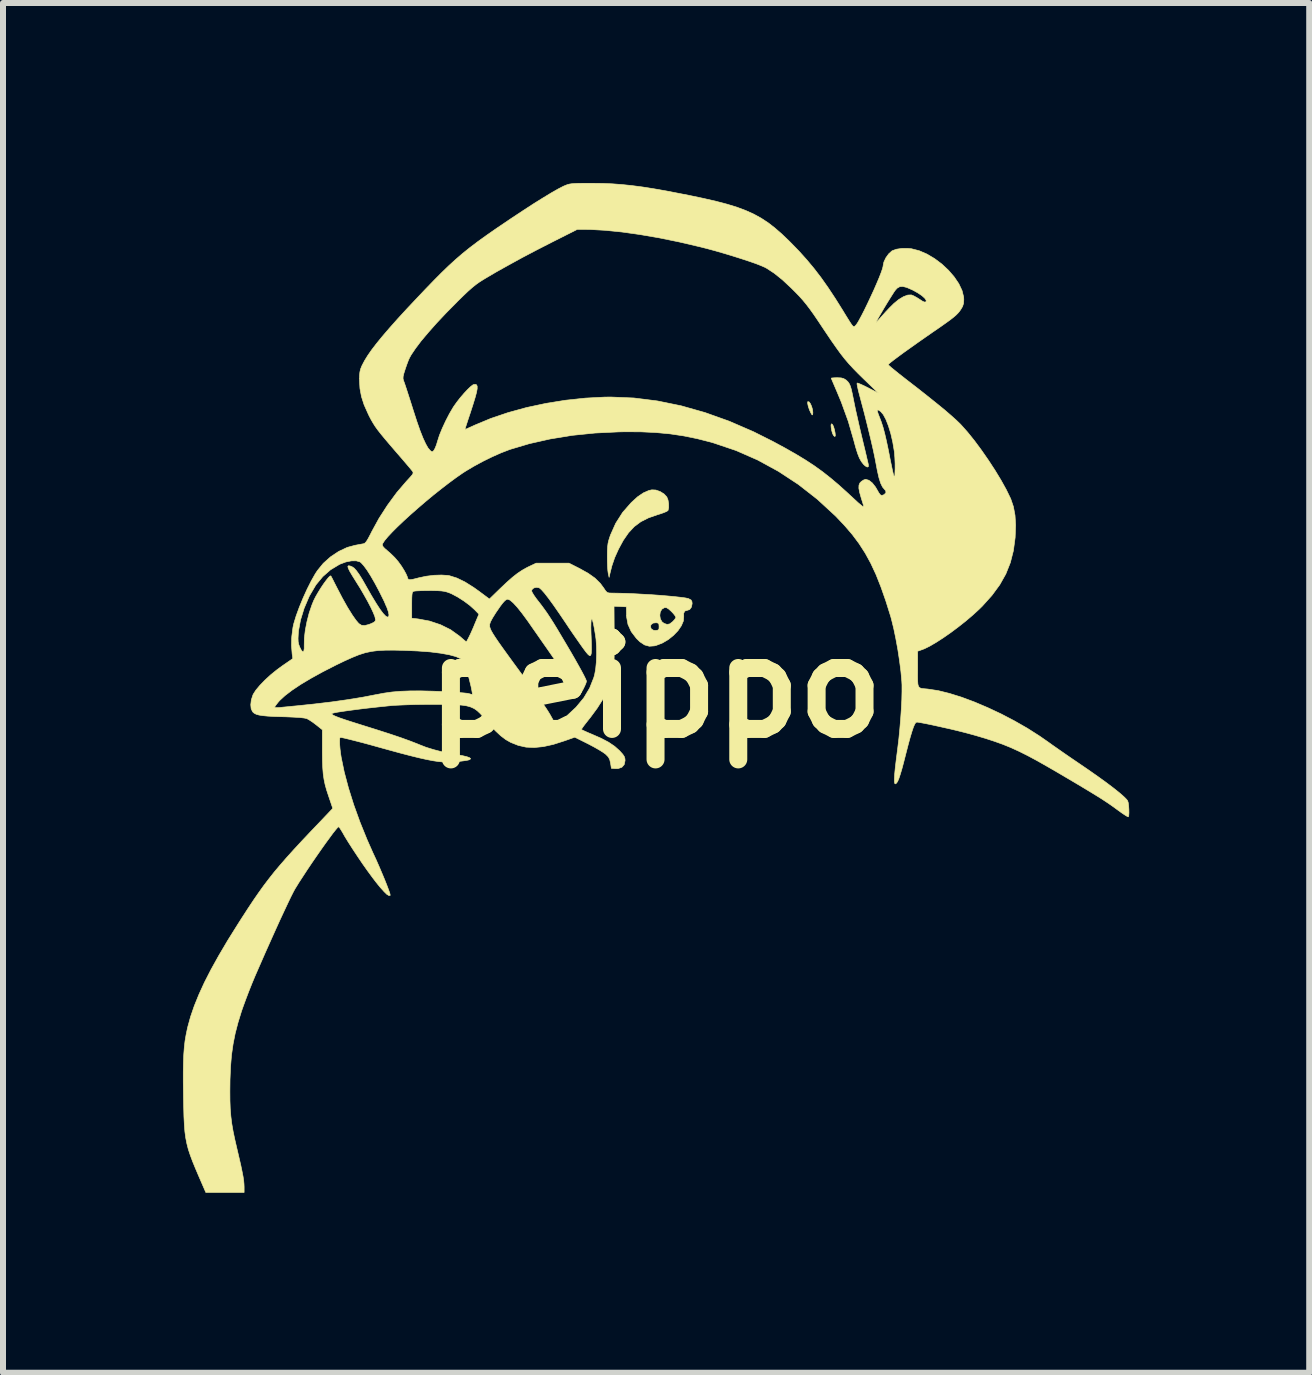
<source format=kicad_pcb>
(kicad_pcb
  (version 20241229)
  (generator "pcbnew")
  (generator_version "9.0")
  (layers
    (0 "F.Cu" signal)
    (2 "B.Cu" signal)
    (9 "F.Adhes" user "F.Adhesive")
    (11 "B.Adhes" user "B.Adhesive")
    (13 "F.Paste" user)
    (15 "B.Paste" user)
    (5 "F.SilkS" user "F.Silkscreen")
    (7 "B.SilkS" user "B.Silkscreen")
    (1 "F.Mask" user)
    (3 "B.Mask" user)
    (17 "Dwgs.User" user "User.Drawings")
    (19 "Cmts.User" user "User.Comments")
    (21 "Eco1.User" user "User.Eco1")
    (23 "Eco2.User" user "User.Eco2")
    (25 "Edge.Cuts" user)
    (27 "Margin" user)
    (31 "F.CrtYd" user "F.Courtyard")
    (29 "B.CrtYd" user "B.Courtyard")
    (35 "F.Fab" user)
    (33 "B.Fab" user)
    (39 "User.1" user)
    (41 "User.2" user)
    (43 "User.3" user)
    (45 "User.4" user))
  (footprint "peippo"
    (layer "F.Cu")
    (at 7.877 8.411)
    (property "Reference" "peippo" (at 0 0 0) (layer "F.SilkS") (effects (font (size 1.524 1.524) (thickness 0.3))))
    (attr through_hole)
    (fp_poly (pts (xy 2.947 -4.389) (xy 2.965 -4.356) (xy 2.981 -4.304) (xy 2.993 -4.246) (xy 2.997 -4.2) (xy 2.99 -4.184) (xy 2.972 -4.197) (xy 2.965 -4.206) (xy 2.95 -4.236) (xy 2.937 -4.282) (xy 2.928 -4.332) (xy 2.925 -4.374) (xy 2.931 -4.395) (xy 2.932 -4.396) (xy 2.947 -4.389)) (stroke (width 0.01) (type solid)) (fill yes) (layer "F.SilkS"))
    (fp_poly (pts (xy 2.559 -4.762) (xy 2.581 -4.733) (xy 2.601 -4.688) (xy 2.616 -4.637) (xy 2.622 -4.588) (xy 2.621 -4.568) (xy 2.616 -4.545) (xy 2.608 -4.547) (xy 2.59 -4.577) (xy 2.588 -4.58) (xy 2.564 -4.633) (xy 2.546 -4.687) (xy 2.536 -4.734) (xy 2.536 -4.763) (xy 2.539 -4.766) (xy 2.559 -4.762)) (stroke (width 0.01) (type solid)) (fill yes) (layer "F.SilkS"))
    (fp_poly (pts (xy 0.005 -3.293) (xy 0.078 -3.267) (xy 0.143 -3.226) (xy 0.188 -3.177) (xy 0.208 -3.127) (xy 0.218 -3.064) (xy 0.219 -3.002) (xy 0.209 -2.955) (xy 0.206 -2.95) (xy 0.184 -2.936) (xy 0.138 -2.916) (xy 0.074 -2.894) (xy 0.031 -2.881) (xy -0.118 -2.829) (xy -0.245 -2.765) (xy -0.354 -2.684) (xy -0.45 -2.581) (xy -0.538 -2.454) (xy -0.617 -2.308) (xy -0.681 -2.166) (xy -0.728 -2.028) (xy -0.759 -1.905) (xy -0.774 -1.837) (xy -0.789 -1.905) (xy -0.795 -1.949) (xy -0.8 -2.017) (xy -0.803 -2.1) (xy -0.804 -2.184) (xy -0.803 -2.278) (xy -0.799 -2.347) (xy -0.792 -2.404) (xy -0.779 -2.458) (xy -0.759 -2.52) (xy -0.751 -2.543) (xy -0.664 -2.738) (xy -0.548 -2.92) (xy -0.405 -3.083) (xy -0.3 -3.179) (xy -0.203 -3.245) (xy -0.112 -3.285) (xy -0.062 -3.296) (xy 0.005 -3.293)) (stroke (width 0.01) (type solid)) (fill yes) (layer "F.SilkS"))
    (fp_poly (pts (xy 3.094 -5.162) (xy 3.137 -5.15) (xy 3.175 -5.127) (xy 3.181 -5.122) (xy 3.207 -5.097) (xy 3.228 -5.067) (xy 3.246 -5.028) (xy 3.263 -4.973) (xy 3.28 -4.897) (xy 3.301 -4.794) (xy 3.303 -4.784) (xy 3.317 -4.714) (xy 3.337 -4.618) (xy 3.363 -4.504) (xy 3.391 -4.379) (xy 3.421 -4.25) (xy 3.439 -4.174) (xy 3.467 -4.057) (xy 3.493 -3.95) (xy 3.515 -3.857) (xy 3.532 -3.783) (xy 3.544 -3.733) (xy 3.548 -3.713) (xy 3.547 -3.682) (xy 3.528 -3.676) (xy 3.495 -3.695) (xy 3.467 -3.721) (xy 3.431 -3.767) (xy 3.398 -3.826) (xy 3.367 -3.905) (xy 3.335 -4.008) (xy 3.304 -4.123) (xy 3.213 -4.437) (xy 3.097 -4.757) (xy 3.023 -4.935) (xy 2.989 -5.014) (xy 2.961 -5.08) (xy 2.94 -5.129) (xy 2.93 -5.155) (xy 2.929 -5.158) (xy 2.945 -5.161) (xy 2.985 -5.164) (xy 3.03 -5.165) (xy 3.094 -5.162)) (stroke (width 0.01) (type solid)) (fill yes) (layer "F.SilkS"))
    (fp_poly (pts (xy -1.041 -8.406) (xy -0.879 -8.404) (xy -0.721 -8.397) (xy -0.562 -8.385) (xy -0.397 -8.368) (xy -0.221 -8.345) (xy -0.03 -8.315) (xy 0.181 -8.278) (xy 0.418 -8.232) (xy 0.552 -8.206) (xy 0.795 -8.155) (xy 1.008 -8.106) (xy 1.195 -8.057) (xy 1.36 -8.006) (xy 1.506 -7.951) (xy 1.639 -7.891) (xy 1.761 -7.824) (xy 1.877 -7.748) (xy 1.989 -7.661) (xy 2.104 -7.561) (xy 2.223 -7.447) (xy 2.252 -7.418) (xy 2.392 -7.274) (xy 2.519 -7.133) (xy 2.64 -6.988) (xy 2.757 -6.836) (xy 2.875 -6.669) (xy 2.998 -6.483) (xy 3.13 -6.272) (xy 3.146 -6.245) (xy 3.201 -6.156) (xy 3.241 -6.092) (xy 3.269 -6.05) (xy 3.289 -6.026) (xy 3.304 -6.017) (xy 3.316 -6.02) (xy 3.329 -6.03) (xy 3.335 -6.036) (xy 3.359 -6.067) (xy 3.371 -6.086) (xy 3.675 -6.086) (xy 3.685 -6.095) (xy 3.712 -6.123) (xy 3.751 -6.167) (xy 3.774 -6.193) (xy 3.834 -6.26) (xy 3.901 -6.331) (xy 3.962 -6.391) (xy 3.968 -6.398) (xy 4.052 -6.467) (xy 4.133 -6.516) (xy 4.205 -6.543) (xy 4.263 -6.545) (xy 4.264 -6.545) (xy 4.302 -6.53) (xy 4.355 -6.501) (xy 4.399 -6.473) (xy 4.45 -6.44) (xy 4.483 -6.426) (xy 4.503 -6.428) (xy 4.509 -6.433) (xy 4.511 -6.457) (xy 4.487 -6.491) (xy 4.44 -6.533) (xy 4.375 -6.577) (xy 4.297 -6.621) (xy 4.276 -6.631) (xy 4.189 -6.669) (xy 4.123 -6.686) (xy 4.072 -6.683) (xy 4.029 -6.659) (xy 4.001 -6.629) (xy 3.98 -6.601) (xy 3.948 -6.551) (xy 3.907 -6.486) (xy 3.861 -6.412) (xy 3.814 -6.334) (xy 3.769 -6.257) (xy 3.729 -6.189) (xy 3.698 -6.134) (xy 3.679 -6.097) (xy 3.675 -6.086) (xy 3.371 -6.086) (xy 3.393 -6.124) (xy 3.435 -6.202) (xy 3.483 -6.296) (xy 3.534 -6.401) (xy 3.586 -6.512) (xy 3.638 -6.624) (xy 3.685 -6.732) (xy 3.727 -6.831) (xy 3.76 -6.916) (xy 3.783 -6.982) (xy 3.793 -7.023) (xy 3.793 -7.028) (xy 3.806 -7.093) (xy 3.84 -7.165) (xy 3.887 -7.23) (xy 3.94 -7.278) (xy 3.949 -7.283) (xy 4.016 -7.307) (xy 4.104 -7.32) (xy 4.199 -7.321) (xy 4.265 -7.315) (xy 4.394 -7.282) (xy 4.524 -7.226) (xy 4.652 -7.15) (xy 4.773 -7.059) (xy 4.883 -6.956) (xy 4.978 -6.846) (xy 5.055 -6.732) (xy 5.109 -6.618) (xy 5.136 -6.509) (xy 5.138 -6.469) (xy 5.134 -6.403) (xy 5.117 -6.351) (xy 5.086 -6.299) (xy 5.063 -6.267) (xy 5.038 -6.238) (xy 5.007 -6.207) (xy 4.967 -6.173) (xy 4.915 -6.132) (xy 4.846 -6.082) (xy 4.757 -6.019) (xy 4.644 -5.941) (xy 4.623 -5.927) (xy 4.491 -5.835) (xy 4.364 -5.746) (xy 4.246 -5.662) (xy 4.139 -5.586) (xy 4.047 -5.518) (xy 3.972 -5.462) (xy 3.917 -5.419) (xy 3.885 -5.392) (xy 3.878 -5.383) (xy 3.891 -5.369) (xy 3.926 -5.337) (xy 3.982 -5.292) (xy 4.052 -5.235) (xy 4.135 -5.17) (xy 4.178 -5.136) (xy 4.376 -4.983) (xy 4.548 -4.847) (xy 4.695 -4.729) (xy 4.82 -4.627) (xy 4.923 -4.538) (xy 5.007 -4.463) (xy 5.073 -4.4) (xy 5.094 -4.378) (xy 5.201 -4.258) (xy 5.316 -4.115) (xy 5.433 -3.957) (xy 5.549 -3.79) (xy 5.66 -3.62) (xy 5.76 -3.455) (xy 5.846 -3.3) (xy 5.913 -3.162) (xy 5.92 -3.148) (xy 5.965 -3.016) (xy 5.992 -2.872) (xy 6.002 -2.708) (xy 5.995 -2.521) (xy 5.994 -2.498) (xy 5.965 -2.282) (xy 5.914 -2.082) (xy 5.839 -1.894) (xy 5.737 -1.713) (xy 5.607 -1.536) (xy 5.447 -1.358) (xy 5.389 -1.301) (xy 5.286 -1.207) (xy 5.171 -1.109) (xy 5.047 -1.011) (xy 4.92 -0.916) (xy 4.795 -0.829) (xy 4.677 -0.753) (xy 4.571 -0.691) (xy 4.482 -0.647) (xy 4.445 -0.633) (xy 4.369 -0.606) (xy 4.369 -0.304) (xy 4.368 -0.194) (xy 4.369 -0.113) (xy 4.373 -0.057) (xy 4.383 -0.02) (xy 4.401 0.002) (xy 4.431 0.014) (xy 4.474 0.019) (xy 4.533 0.024) (xy 4.547 0.026) (xy 4.712 0.051) (xy 4.898 0.097) (xy 5.1 0.16) (xy 5.315 0.24) (xy 5.536 0.334) (xy 5.76 0.439) (xy 5.982 0.555) (xy 6.197 0.678) (xy 6.401 0.808) (xy 6.545 0.908) (xy 6.62 0.962) (xy 6.716 1.029) (xy 6.822 1.103) (xy 6.931 1.178) (xy 7.021 1.239) (xy 7.201 1.362) (xy 7.364 1.476) (xy 7.507 1.579) (xy 7.63 1.672) (xy 7.729 1.751) (xy 7.804 1.816) (xy 7.853 1.865) (xy 7.869 1.887) (xy 7.879 1.918) (xy 7.886 1.97) (xy 7.89 2.03) (xy 7.891 2.088) (xy 7.888 2.134) (xy 7.881 2.155) (xy 7.864 2.149) (xy 7.826 2.126) (xy 7.772 2.09) (xy 7.707 2.043) (xy 7.696 2.035) (xy 7.636 1.991) (xy 7.575 1.948) (xy 7.51 1.904) (xy 7.437 1.856) (xy 7.352 1.803) (xy 7.254 1.743) (xy 7.138 1.673) (xy 7.001 1.591) (xy 6.84 1.496) (xy 6.723 1.427) (xy 6.528 1.314) (xy 6.357 1.217) (xy 6.202 1.134) (xy 6.06 1.063) (xy 5.924 1.001) (xy 5.789 0.946) (xy 5.649 0.896) (xy 5.499 0.847) (xy 5.334 0.798) (xy 5.207 0.763) (xy 5.126 0.742) (xy 5.03 0.718) (xy 4.922 0.692) (xy 4.81 0.667) (xy 4.698 0.642) (xy 4.593 0.619) (xy 4.5 0.6) (xy 4.425 0.586) (xy 4.373 0.577) (xy 4.355 0.576) (xy 4.338 0.584) (xy 4.32 0.611) (xy 4.299 0.658) (xy 4.275 0.729) (xy 4.246 0.825) (xy 4.212 0.95) (xy 4.173 1.101) (xy 4.136 1.246) (xy 4.105 1.362) (xy 4.078 1.451) (xy 4.056 1.517) (xy 4.037 1.562) (xy 4.019 1.59) (xy 4.002 1.604) (xy 3.998 1.605) (xy 3.988 1.599) (xy 3.982 1.571) (xy 3.982 1.52) (xy 3.986 1.443) (xy 3.996 1.338) (xy 4.012 1.204) (xy 4.033 1.039) (xy 4.037 1.008) (xy 4.056 0.851) (xy 4.072 0.685) (xy 4.086 0.518) (xy 4.097 0.355) (xy 4.105 0.203) (xy 4.108 0.067) (xy 4.108 -0.045) (xy 4.105 -0.102) (xy 4.09 -0.268) (xy 4.067 -0.447) (xy 4.039 -0.632) (xy 4.006 -0.813) (xy 3.971 -0.982) (xy 3.935 -1.129) (xy 3.92 -1.185) (xy 3.838 -1.446) (xy 3.757 -1.677) (xy 3.675 -1.884) (xy 3.588 -2.071) (xy 3.495 -2.241) (xy 3.392 -2.401) (xy 3.278 -2.553) (xy 3.15 -2.702) (xy 3.006 -2.854) (xy 2.998 -2.862) (xy 2.698 -3.138) (xy 2.381 -3.386) (xy 2.049 -3.604) (xy 1.703 -3.793) (xy 1.343 -3.951) (xy 0.97 -4.077) (xy 0.926 -4.09) (xy 0.695 -4.149) (xy 0.47 -4.195) (xy 0.243 -4.229) (xy 0.007 -4.251) (xy -0.245 -4.263) (xy -0.521 -4.264) (xy -0.615 -4.262) (xy -1.008 -4.243) (xy -1.391 -4.204) (xy -1.757 -4.144) (xy -2.103 -4.066) (xy -2.426 -3.97) (xy -2.447 -3.962) (xy -2.577 -3.912) (xy -2.723 -3.847) (xy -2.876 -3.772) (xy -3.024 -3.692) (xy -3.157 -3.613) (xy -3.209 -3.58) (xy -3.323 -3.501) (xy -3.445 -3.411) (xy -3.572 -3.313) (xy -3.703 -3.209) (xy -3.834 -3.1) (xy -3.961 -2.991) (xy -4.084 -2.883) (xy -4.198 -2.779) (xy -4.301 -2.681) (xy -4.39 -2.592) (xy -4.463 -2.514) (xy -4.517 -2.449) (xy -4.548 -2.401) (xy -4.555 -2.378) (xy -4.543 -2.351) (xy -4.514 -2.319) (xy -4.51 -2.316) (xy -4.418 -2.236) (xy -4.347 -2.167) (xy -4.288 -2.098) (xy -4.234 -2.023) (xy -4.229 -2.015) (xy -4.19 -1.952) (xy -4.159 -1.895) (xy -4.14 -1.852) (xy -4.137 -1.842) (xy -4.129 -1.816) (xy -4.115 -1.801) (xy -4.089 -1.798) (xy -4.044 -1.805) (xy -3.975 -1.822) (xy -3.945 -1.83) (xy -3.822 -1.856) (xy -3.692 -1.872) (xy -3.568 -1.876) (xy -3.461 -1.869) (xy -3.433 -1.864) (xy -3.312 -1.826) (xy -3.178 -1.761) (xy -3.03 -1.668) (xy -2.938 -1.602) (xy -2.769 -1.476) (xy -2.591 -1.649) (xy -2.48 -1.754) (xy -2.385 -1.838) (xy -2.301 -1.904) (xy -2.221 -1.957) (xy -2.141 -2.002) (xy -2.108 -2.018) (xy -1.99 -2.074) (xy -1.443 -2.074) (xy -1.263 -1.983) (xy -1.122 -1.904) (xy -1.009 -1.824) (xy -0.921 -1.737) (xy -0.864 -1.66) (xy -0.832 -1.612) (xy -0.807 -1.587) (xy -0.777 -1.577) (xy -0.731 -1.575) (xy -0.722 -1.575) (xy -0.612 -1.573) (xy -0.487 -1.57) (xy -0.351 -1.564) (xy -0.209 -1.556) (xy -0.067 -1.548) (xy 0.072 -1.538) (xy 0.202 -1.527) (xy 0.319 -1.516) (xy 0.418 -1.505) (xy 0.494 -1.495) (xy 0.543 -1.485) (xy 0.553 -1.481) (xy 0.592 -1.46) (xy 0.607 -1.432) (xy 0.61 -1.399) (xy 0.598 -1.341) (xy 0.569 -1.301) (xy 0.527 -1.287) (xy 0.487 -1.275) (xy 0.469 -1.237) (xy 0.47 -1.185) (xy 0.464 -1.11) (xy 0.43 -1.03) (xy 0.374 -0.948) (xy 0.299 -0.87) (xy 0.212 -0.8) (xy 0.115 -0.743) (xy 0.014 -0.704) (xy -0.02 -0.695) (xy -0.104 -0.689) (xy -0.183 -0.711) (xy -0.261 -0.763) (xy -0.319 -0.82) (xy -0.405 -0.933) (xy -0.443 -1.017) (xy -0.085 -1.017) (xy -0.07 -0.976) (xy -0.031 -0.954) (xy 0.008 -0.952) (xy 0.043 -0.959) (xy 0.057 -0.978) (xy 0.059 -1.016) (xy 0.056 -1.057) (xy 0.04 -1.075) (xy 0.012 -1.081) (xy -0.04 -1.075) (xy -0.075 -1.049) (xy -0.085 -1.017) (xy -0.443 -1.017) (xy -0.459 -1.051) (xy -0.483 -1.181) (xy -0.484 -1.203) (xy 0.071 -1.203) (xy 0.08 -1.146) (xy 0.107 -1.097) (xy 0.142 -1.07) (xy 0.192 -1.053) (xy 0.236 -1.061) (xy 0.283 -1.097) (xy 0.286 -1.099) (xy 0.319 -1.135) (xy 0.337 -1.165) (xy 0.339 -1.172) (xy 0.327 -1.195) (xy 0.298 -1.233) (xy 0.264 -1.269) (xy 0.217 -1.311) (xy 0.184 -1.331) (xy 0.155 -1.333) (xy 0.148 -1.332) (xy 0.105 -1.306) (xy 0.079 -1.26) (xy 0.071 -1.203) (xy -0.484 -1.203) (xy -0.484 -1.219) (xy -0.486 -1.346) (xy -0.589 -1.351) (xy -0.692 -1.356) (xy -0.689 -0.869) (xy -0.688 -0.724) (xy -0.688 -0.607) (xy -0.69 -0.515) (xy -0.692 -0.441) (xy -0.696 -0.38) (xy -0.702 -0.328) (xy -0.71 -0.28) (xy -0.72 -0.229) (xy -0.723 -0.214) (xy -0.762 -0.069) (xy -0.814 0.068) (xy -0.883 0.203) (xy -0.972 0.343) (xy -1.084 0.495) (xy -1.111 0.529) (xy -1.16 0.591) (xy -1.2 0.643) (xy -1.226 0.681) (xy -1.236 0.697) (xy -1.221 0.707) (xy -1.181 0.726) (xy -1.123 0.752) (xy -1.061 0.778) (xy -0.908 0.845) (xy -0.784 0.91) (xy -0.682 0.979) (xy -0.599 1.053) (xy -0.592 1.061) (xy -0.546 1.112) (xy -0.521 1.15) (xy -0.51 1.186) (xy -0.508 1.217) (xy -0.522 1.283) (xy -0.561 1.328) (xy -0.623 1.35) (xy -0.668 1.351) (xy -0.736 1.346) (xy -0.75 1.258) (xy -0.764 1.199) (xy -0.787 1.156) (xy -0.829 1.113) (xy -0.835 1.108) (xy -0.877 1.078) (xy -0.941 1.038) (xy -1.02 0.993) (xy -1.105 0.948) (xy -1.126 0.937) (xy -1.346 0.827) (xy -1.516 0.887) (xy -1.703 0.947) (xy -1.87 0.984) (xy -2.02 0.999) (xy -2.158 0.993) (xy -2.288 0.964) (xy -2.414 0.914) (xy -2.498 0.866) (xy -2.582 0.802) (xy -2.671 0.719) (xy -2.768 0.611) (xy -2.812 0.56) (xy -2.871 0.489) (xy -2.923 0.432) (xy -2.972 0.386) (xy -3.023 0.35) (xy -3.08 0.324) (xy -3.147 0.305) (xy -3.227 0.293) (xy -3.327 0.285) (xy -3.449 0.282) (xy -3.597 0.28) (xy -3.708 0.28) (xy -3.854 0.281) (xy -4 0.283) (xy -4.139 0.287) (xy -4.263 0.292) (xy -4.366 0.297) (xy -4.42 0.302) (xy -4.567 0.317) (xy -4.714 0.333) (xy -4.857 0.349) (xy -4.99 0.366) (xy -5.111 0.382) (xy -5.216 0.397) (xy -5.3 0.41) (xy -5.36 0.422) (xy -5.393 0.431) (xy -5.397 0.434) (xy -5.393 0.446) (xy -5.372 0.461) (xy -5.331 0.48) (xy -5.269 0.504) (xy -5.182 0.534) (xy -5.068 0.571) (xy -4.925 0.616) (xy -4.868 0.634) (xy -4.635 0.707) (xy -4.427 0.774) (xy -4.246 0.835) (xy -4.094 0.89) (xy -3.973 0.937) (xy -3.927 0.956) (xy -3.824 0.996) (xy -3.697 1.035) (xy -3.559 1.071) (xy -3.42 1.101) (xy -3.319 1.118) (xy -3.218 1.135) (xy -3.143 1.153) (xy -3.098 1.17) (xy -3.082 1.186) (xy -3.098 1.201) (xy -3.121 1.208) (xy -3.155 1.215) (xy -3.212 1.223) (xy -3.283 1.232) (xy -3.313 1.235) (xy -3.385 1.242) (xy -3.458 1.244) (xy -3.535 1.241) (xy -3.619 1.233) (xy -3.713 1.219) (xy -3.821 1.198) (xy -3.946 1.17) (xy -4.092 1.134) (xy -4.261 1.09) (xy -4.458 1.036) (xy -4.585 1.001) (xy -4.739 0.958) (xy -4.879 0.92) (xy -5.003 0.888) (xy -5.106 0.862) (xy -5.185 0.843) (xy -5.238 0.832) (xy -5.257 0.83) (xy -5.264 0.845) (xy -5.266 0.887) (xy -5.265 0.949) (xy -5.259 1.023) (xy -5.249 1.103) (xy -5.24 1.162) (xy -5.189 1.409) (xy -5.118 1.676) (xy -5.03 1.956) (xy -4.926 2.244) (xy -4.809 2.533) (xy -4.712 2.752) (xy -4.659 2.866) (xy -4.608 2.982) (xy -4.56 3.095) (xy -4.516 3.2) (xy -4.479 3.293) (xy -4.45 3.37) (xy -4.43 3.426) (xy -4.423 3.458) (xy -4.423 3.464) (xy -4.444 3.467) (xy -4.478 3.447) (xy -4.525 3.401) (xy -4.589 3.33) (xy -4.651 3.254) (xy -4.719 3.165) (xy -4.799 3.056) (xy -4.884 2.936) (xy -4.969 2.81) (xy -5.051 2.686) (xy -5.124 2.572) (xy -5.184 2.474) (xy -5.206 2.434) (xy -5.238 2.38) (xy -5.264 2.34) (xy -5.281 2.321) (xy -5.283 2.32) (xy -5.3 2.333) (xy -5.333 2.372) (xy -5.38 2.431) (xy -5.437 2.509) (xy -5.504 2.6) (xy -5.576 2.702) (xy -5.652 2.811) (xy -5.729 2.923) (xy -5.805 3.036) (xy -5.876 3.145) (xy -5.942 3.246) (xy -5.998 3.337) (xy -6.003 3.344) (xy -6.033 3.398) (xy -6.075 3.481) (xy -6.127 3.589) (xy -6.189 3.721) (xy -6.26 3.873) (xy -6.337 4.043) (xy -6.42 4.228) (xy -6.508 4.425) (xy -6.599 4.633) (xy -6.676 4.809) (xy -6.726 4.929) (xy -6.779 5.062) (xy -6.83 5.196) (xy -6.875 5.319) (xy -6.901 5.393) (xy -6.96 5.585) (xy -7.007 5.766) (xy -7.042 5.943) (xy -7.068 6.125) (xy -7.084 6.319) (xy -7.093 6.533) (xy -7.095 6.729) (xy -7.094 6.885) (xy -7.089 7.02) (xy -7.079 7.144) (xy -7.064 7.266) (xy -7.042 7.394) (xy -7.012 7.537) (xy -6.977 7.688) (xy -6.941 7.842) (xy -6.912 7.968) (xy -6.891 8.07) (xy -6.875 8.152) (xy -6.865 8.219) (xy -6.86 8.274) (xy -6.858 8.322) (xy -6.858 8.416) (xy -7.496 8.416) (xy -7.611 8.151) (xy -7.669 8.015) (xy -7.717 7.898) (xy -7.756 7.793) (xy -7.788 7.697) (xy -7.812 7.603) (xy -7.831 7.507) (xy -7.845 7.404) (xy -7.854 7.287) (xy -7.861 7.153) (xy -7.865 6.996) (xy -7.869 6.811) (xy -7.869 6.79) (xy -7.872 6.582) (xy -7.872 6.404) (xy -7.869 6.25) (xy -7.864 6.117) (xy -7.855 5.999) (xy -7.843 5.892) (xy -7.826 5.792) (xy -7.806 5.695) (xy -7.798 5.659) (xy -7.75 5.485) (xy -7.688 5.305) (xy -7.611 5.115) (xy -7.519 4.914) (xy -7.409 4.699) (xy -7.28 4.467) (xy -7.132 4.216) (xy -6.962 3.944) (xy -6.891 3.833) (xy -6.792 3.68) (xy -6.701 3.543) (xy -6.614 3.417) (xy -6.53 3.3) (xy -6.444 3.187) (xy -6.355 3.074) (xy -6.258 2.959) (xy -6.152 2.837) (xy -6.033 2.705) (xy -5.898 2.559) (xy -5.744 2.396) (xy -5.615 2.261) (xy -5.38 2.014) (xy -5.45 1.807) (xy -5.483 1.707) (xy -5.508 1.617) (xy -5.526 1.53) (xy -5.539 1.441) (xy -5.547 1.341) (xy -5.552 1.223) (xy -5.554 1.08) (xy -5.554 1.033) (xy -5.554 0.703) (xy -5.657 0.621) (xy -5.714 0.578) (xy -5.77 0.541) (xy -5.811 0.518) (xy -5.813 0.517) (xy -5.855 0.508) (xy -5.929 0.499) (xy -6.035 0.493) (xy -6.171 0.487) (xy -6.215 0.486) (xy -6.354 0.482) (xy -6.463 0.476) (xy -6.547 0.468) (xy -6.61 0.458) (xy -6.656 0.445) (xy -6.689 0.428) (xy -6.714 0.406) (xy -6.715 0.405) (xy -6.74 0.355) (xy -6.743 0.329) (xy -6.35 0.329) (xy -6.335 0.334) (xy -6.296 0.334) (xy -6.261 0.332) (xy -6.207 0.326) (xy -6.13 0.319) (xy -6.043 0.31) (xy -5.977 0.304) (xy -5.681 0.273) (xy -5.396 0.239) (xy -5.128 0.201) (xy -4.883 0.161) (xy -4.666 0.119) (xy -4.659 0.118) (xy -4.527 0.093) (xy -4.393 0.074) (xy -4.251 0.062) (xy -4.095 0.056) (xy -3.92 0.055) (xy -3.72 0.06) (xy -3.608 0.064) (xy -3.485 0.07) (xy -3.371 0.077) (xy -3.272 0.083) (xy -3.191 0.09) (xy -3.134 0.096) (xy -3.107 0.102) (xy -3.072 0.112) (xy -3.054 0.113) (xy -3.054 0.094) (xy -3.062 0.048) (xy -3.075 -0.017) (xy -3.094 -0.094) (xy -3.115 -0.177) (xy -3.136 -0.258) (xy -3.158 -0.332) (xy -3.176 -0.392) (xy -3.191 -0.43) (xy -3.196 -0.438) (xy -3.244 -0.479) (xy -3.326 -0.516) (xy -3.439 -0.547) (xy -3.584 -0.573) (xy -3.759 -0.595) (xy -3.965 -0.61) (xy -4.197 -0.62) (xy -4.364 -0.624) (xy -4.505 -0.623) (xy -4.626 -0.617) (xy -4.735 -0.603) (xy -4.838 -0.581) (xy -4.942 -0.548) (xy -5.056 -0.502) (xy -5.185 -0.444) (xy -5.33 -0.374) (xy -5.547 -0.263) (xy -5.743 -0.155) (xy -5.914 -0.053) (xy -6.059 0.044) (xy -6.177 0.134) (xy -6.265 0.215) (xy -6.291 0.245) (xy -6.324 0.287) (xy -6.345 0.318) (xy -6.35 0.329) (xy -6.743 0.329) (xy -6.747 0.286) (xy -6.738 0.206) (xy -6.712 0.126) (xy -6.705 0.11) (xy -6.662 0.043) (xy -6.595 -0.037) (xy -6.51 -0.125) (xy -6.413 -0.214) (xy -6.308 -0.299) (xy -6.219 -0.364) (xy -6.046 -0.483) (xy -6.057 -0.559) (xy -6.068 -0.701) (xy -6.065 -0.82) (xy -5.959 -0.82) (xy -5.957 -0.765) (xy -5.948 -0.72) (xy -5.93 -0.674) (xy -5.929 -0.671) (xy -5.901 -0.617) (xy -5.878 -0.596) (xy -5.863 -0.608) (xy -5.856 -0.652) (xy -5.856 -0.708) (xy -5.854 -0.823) (xy -5.838 -0.957) (xy -5.81 -1.101) (xy -5.773 -1.245) (xy -5.727 -1.379) (xy -5.698 -1.45) (xy -5.666 -1.514) (xy -5.625 -1.585) (xy -5.58 -1.658) (xy -5.534 -1.727) (xy -5.49 -1.787) (xy -5.453 -1.833) (xy -5.426 -1.859) (xy -5.413 -1.862) (xy -5.403 -1.845) (xy -5.381 -1.803) (xy -5.351 -1.743) (xy -5.314 -1.671) (xy -5.311 -1.665) (xy -5.22 -1.49) (xy -5.133 -1.335) (xy -5.051 -1.204) (xy -4.993 -1.122) (xy -4.946 -1.067) (xy -4.9 -1.038) (xy -4.848 -1.034) (xy -4.781 -1.051) (xy -4.741 -1.066) (xy -4.695 -1.088) (xy -4.673 -1.108) (xy -4.668 -1.135) (xy -4.669 -1.146) (xy -4.68 -1.188) (xy -4.707 -1.254) (xy -4.747 -1.339) (xy -4.798 -1.437) (xy -4.858 -1.544) (xy -4.923 -1.656) (xy -4.992 -1.766) (xy -4.993 -1.768) (xy -5.055 -1.867) (xy -5.098 -1.94) (xy -5.122 -1.99) (xy -5.129 -2.02) (xy -5.118 -2.031) (xy -5.091 -2.027) (xy -5.057 -2.013) (xy -5.024 -1.991) (xy -4.987 -1.95) (xy -4.942 -1.888) (xy -4.888 -1.802) (xy -4.826 -1.693) (xy -4.736 -1.535) (xy -4.658 -1.406) (xy -4.594 -1.307) (xy -4.541 -1.236) (xy -4.499 -1.192) (xy -4.469 -1.175) (xy -4.451 -1.181) (xy -4.443 -1.209) (xy -4.452 -1.259) (xy -4.478 -1.335) (xy -4.496 -1.374) (xy -4.064 -1.374) (xy -4.064 -1.156) (xy -3.958 -1.144) (xy -3.768 -1.109) (xy -3.585 -1.048) (xy -3.417 -0.965) (xy -3.272 -0.861) (xy -3.265 -0.856) (xy -3.216 -0.813) (xy -3.178 -0.781) (xy -3.156 -0.764) (xy -3.154 -0.762) (xy -3.145 -0.776) (xy -3.126 -0.811) (xy -3.11 -0.842) (xy -3.084 -0.895) (xy -3.052 -0.967) (xy -3.021 -1.039) (xy -2.767 -1.039) (xy -2.764 -1.014) (xy -2.755 -0.984) (xy -2.738 -0.946) (xy -2.711 -0.899) (xy -2.672 -0.838) (xy -2.62 -0.761) (xy -2.552 -0.665) (xy -2.467 -0.547) (xy -2.377 -0.423) (xy -2.25 -0.25) (xy -2.141 -0.101) (xy -2.049 0.025) (xy -1.973 0.131) (xy -1.911 0.219) (xy -1.861 0.291) (xy -1.821 0.35) (xy -1.79 0.398) (xy -1.766 0.437) (xy -1.76 0.447) (xy -1.707 0.542) (xy -1.759 0.602) (xy -1.79 0.639) (xy -1.809 0.664) (xy -1.812 0.669) (xy -1.799 0.679) (xy -1.766 0.671) (xy -1.718 0.647) (xy -1.679 0.623) (xy -1.486 0.478) (xy -1.325 0.328) (xy -1.196 0.172) (xy -1.098 0.008) (xy -1.029 -0.166) (xy -1.015 -0.216) (xy -0.998 -0.309) (xy -0.987 -0.425) (xy -0.982 -0.554) (xy -0.984 -0.684) (xy -0.992 -0.805) (xy -1 -0.864) (xy -1.02 -0.985) (xy -1.037 -1.072) (xy -1.052 -1.126) (xy -1.063 -1.146) (xy -1.072 -1.132) (xy -1.076 -1.085) (xy -1.078 -1.004) (xy -1.075 -0.89) (xy -1.073 -0.848) (xy -1.069 -0.725) (xy -1.068 -0.633) (xy -1.071 -0.572) (xy -1.08 -0.538) (xy -1.096 -0.531) (xy -1.121 -0.548) (xy -1.155 -0.587) (xy -1.2 -0.647) (xy -1.205 -0.654) (xy -1.252 -0.72) (xy -1.312 -0.806) (xy -1.379 -0.902) (xy -1.447 -1.002) (xy -1.49 -1.067) (xy -1.603 -1.234) (xy -1.701 -1.375) (xy -1.784 -1.489) (xy -1.851 -1.575) (xy -1.902 -1.632) (xy -1.936 -1.661) (xy -1.939 -1.663) (xy -1.986 -1.671) (xy -2.03 -1.66) (xy -2.059 -1.634) (xy -2.066 -1.612) (xy -2.056 -1.586) (xy -2.029 -1.541) (xy -1.989 -1.484) (xy -1.953 -1.438) (xy -1.904 -1.375) (xy -1.857 -1.311) (xy -1.809 -1.244) (xy -1.759 -1.168) (xy -1.704 -1.082) (xy -1.641 -0.979) (xy -1.569 -0.858) (xy -1.484 -0.715) (xy -1.407 -0.584) (xy -1.343 -0.473) (xy -1.284 -0.368) (xy -1.233 -0.276) (xy -1.193 -0.2) (xy -1.165 -0.143) (xy -1.152 -0.11) (xy -1.151 -0.106) (xy -1.159 -0.076) (xy -1.178 -0.031) (xy -1.203 0.021) (xy -1.23 0.069) (xy -1.254 0.104) (xy -1.27 0.118) (xy -1.27 0.118) (xy -1.281 0.105) (xy -1.309 0.066) (xy -1.352 0.006) (xy -1.408 -0.072) (xy -1.474 -0.166) (xy -1.548 -0.273) (xy -1.626 -0.385) (xy -1.714 -0.513) (xy -1.804 -0.643) (xy -1.893 -0.77) (xy -1.975 -0.888) (xy -2.048 -0.992) (xy -2.107 -1.077) (xy -2.135 -1.117) (xy -2.225 -1.239) (xy -2.304 -1.338) (xy -2.37 -1.41) (xy -2.423 -1.456) (xy -2.461 -1.473) (xy -2.464 -1.473) (xy -2.486 -1.467) (xy -2.512 -1.448) (xy -2.546 -1.411) (xy -2.59 -1.353) (xy -2.647 -1.27) (xy -2.661 -1.25) (xy -2.716 -1.162) (xy -2.751 -1.097) (xy -2.766 -1.05) (xy -2.767 -1.039) (xy -3.021 -1.039) (xy -3.019 -1.045) (xy -3.007 -1.074) (xy -2.944 -1.224) (xy -3.017 -1.299) (xy -3.096 -1.37) (xy -3.194 -1.443) (xy -3.299 -1.51) (xy -3.399 -1.563) (xy -3.432 -1.577) (xy -3.477 -1.593) (xy -3.52 -1.604) (xy -3.57 -1.611) (xy -3.634 -1.615) (xy -3.721 -1.617) (xy -3.768 -1.617) (xy -3.856 -1.616) (xy -3.934 -1.614) (xy -3.994 -1.611) (xy -4.03 -1.606) (xy -4.034 -1.605) (xy -4.047 -1.596) (xy -4.055 -1.579) (xy -4.06 -1.546) (xy -4.063 -1.493) (xy -4.064 -1.414) (xy -4.064 -1.374) (xy -4.496 -1.374) (xy -4.522 -1.436) (xy -4.585 -1.563) (xy -4.608 -1.609) (xy -4.68 -1.744) (xy -4.748 -1.862) (xy -4.81 -1.96) (xy -4.865 -2.034) (xy -4.909 -2.082) (xy -4.929 -2.096) (xy -4.99 -2.113) (xy -5.071 -2.112) (xy -5.162 -2.094) (xy -5.253 -2.06) (xy -5.269 -2.053) (xy -5.418 -1.963) (xy -5.547 -1.85) (xy -5.661 -1.712) (xy -5.76 -1.544) (xy -5.775 -1.516) (xy -5.858 -1.321) (xy -5.917 -1.129) (xy -5.951 -0.947) (xy -5.955 -0.897) (xy -5.959 -0.82) (xy -6.065 -0.82) (xy -6.063 -0.855) (xy -6.044 -1.002) (xy -6.03 -1.066) (xy -5.991 -1.194) (xy -5.938 -1.339) (xy -5.876 -1.49) (xy -5.808 -1.64) (xy -5.738 -1.779) (xy -5.67 -1.899) (xy -5.637 -1.949) (xy -5.538 -2.071) (xy -5.417 -2.179) (xy -5.282 -2.269) (xy -5.14 -2.336) (xy -5.012 -2.371) (xy -4.949 -2.383) (xy -4.894 -2.393) (xy -4.864 -2.398) (xy -4.844 -2.409) (xy -4.82 -2.435) (xy -4.791 -2.482) (xy -4.753 -2.554) (xy -4.728 -2.604) (xy -4.609 -2.821) (xy -4.468 -3.04) (xy -4.314 -3.25) (xy -4.153 -3.438) (xy -4.136 -3.456) (xy -4.086 -3.511) (xy -4.055 -3.547) (xy -4.042 -3.571) (xy -4.042 -3.59) (xy -4.052 -3.607) (xy -4.07 -3.629) (xy -4.106 -3.673) (xy -4.158 -3.734) (xy -4.221 -3.808) (xy -4.292 -3.89) (xy -4.32 -3.922) (xy -4.423 -4.042) (xy -4.507 -4.141) (xy -4.574 -4.222) (xy -4.629 -4.292) (xy -4.673 -4.353) (xy -4.709 -4.41) (xy -4.742 -4.467) (xy -4.774 -4.528) (xy -4.791 -4.564) (xy -4.858 -4.714) (xy -4.902 -4.851) (xy -4.927 -4.985) (xy -4.935 -5.122) (xy -4.935 -5.154) (xy -4.209 -5.154) (xy -4.203 -5.124) (xy -4.194 -5.1) (xy -4.182 -5.067) (xy -4.162 -5.007) (xy -4.135 -4.924) (xy -4.103 -4.825) (xy -4.068 -4.715) (xy -4.039 -4.623) (xy -3.979 -4.437) (xy -3.925 -4.283) (xy -3.876 -4.159) (xy -3.832 -4.064) (xy -3.793 -3.995) (xy -3.756 -3.951) (xy -3.756 -3.951) (xy -3.73 -3.931) (xy -3.712 -3.935) (xy -3.693 -3.956) (xy -3.674 -3.991) (xy -3.652 -4.046) (xy -3.633 -4.109) (xy -3.602 -4.206) (xy -3.555 -4.321) (xy -3.498 -4.444) (xy -3.436 -4.564) (xy -3.372 -4.673) (xy -3.36 -4.691) (xy -3.31 -4.761) (xy -3.253 -4.834) (xy -3.192 -4.905) (xy -3.134 -4.967) (xy -3.083 -5.016) (xy -3.045 -5.045) (xy -3.033 -5.051) (xy -3.003 -5.054) (xy -2.983 -5.046) (xy -2.973 -5.023) (xy -2.973 -4.981) (xy -2.984 -4.92) (xy -3.007 -4.835) (xy -3.041 -4.724) (xy -3.086 -4.584) (xy -3.09 -4.572) (xy -3.12 -4.483) (xy -3.145 -4.406) (xy -3.164 -4.347) (xy -3.174 -4.31) (xy -3.176 -4.301) (xy -3.16 -4.308) (xy -3.12 -4.326) (xy -3.062 -4.352) (xy -3.012 -4.375) (xy -2.748 -4.485) (xy -2.459 -4.583) (xy -2.15 -4.668) (xy -1.827 -4.737) (xy -1.498 -4.79) (xy -1.169 -4.825) (xy -0.845 -4.842) (xy -0.743 -4.843) (xy -0.36 -4.827) (xy 0.03 -4.778) (xy 0.426 -4.697) (xy 0.825 -4.584) (xy 1.228 -4.44) (xy 1.632 -4.265) (xy 1.955 -4.103) (xy 2.162 -3.991) (xy 2.343 -3.888) (xy 2.503 -3.791) (xy 2.649 -3.695) (xy 2.785 -3.597) (xy 2.918 -3.492) (xy 3.053 -3.378) (xy 3.195 -3.25) (xy 3.229 -3.218) (xy 3.316 -3.138) (xy 3.38 -3.079) (xy 3.426 -3.041) (xy 3.454 -3.019) (xy 3.469 -3.014) (xy 3.471 -3.018) (xy 3.467 -3.035) (xy 3.454 -3.077) (xy 3.436 -3.135) (xy 3.429 -3.158) (xy 3.402 -3.253) (xy 3.389 -3.323) (xy 3.391 -3.373) (xy 3.406 -3.41) (xy 3.431 -3.436) (xy 3.47 -3.461) (xy 3.502 -3.471) (xy 3.503 -3.471) (xy 3.557 -3.455) (xy 3.613 -3.411) (xy 3.667 -3.342) (xy 3.689 -3.304) (xy 3.722 -3.246) (xy 3.746 -3.214) (xy 3.769 -3.203) (xy 3.796 -3.21) (xy 3.811 -3.218) (xy 3.84 -3.247) (xy 3.837 -3.281) (xy 3.817 -3.303) (xy 3.783 -3.344) (xy 3.752 -3.408) (xy 3.724 -3.497) (xy 3.697 -3.616) (xy 3.68 -3.706) (xy 3.658 -3.822) (xy 3.628 -3.965) (xy 3.59 -4.13) (xy 3.546 -4.312) (xy 3.498 -4.505) (xy 3.467 -4.626) (xy 3.695 -4.626) (xy 3.699 -4.602) (xy 3.713 -4.558) (xy 3.733 -4.507) (xy 3.763 -4.428) (xy 3.792 -4.339) (xy 3.82 -4.234) (xy 3.849 -4.109) (xy 3.881 -3.958) (xy 3.895 -3.886) (xy 3.914 -3.789) (xy 3.933 -3.698) (xy 3.949 -3.621) (xy 3.962 -3.566) (xy 3.967 -3.548) (xy 3.977 -3.518) (xy 3.983 -3.507) (xy 3.987 -3.519) (xy 3.99 -3.557) (xy 3.992 -3.624) (xy 3.993 -3.641) (xy 3.993 -3.733) (xy 3.989 -3.832) (xy 3.982 -3.92) (xy 3.98 -3.937) (xy 3.954 -4.092) (xy 3.921 -4.235) (xy 3.882 -4.362) (xy 3.84 -4.469) (xy 3.796 -4.551) (xy 3.751 -4.603) (xy 3.749 -4.604) (xy 3.717 -4.625) (xy 3.697 -4.628) (xy 3.695 -4.626) (xy 3.467 -4.626) (xy 3.446 -4.703) (xy 3.401 -4.873) (xy 3.381 -4.949) (xy 3.367 -5.013) (xy 3.359 -5.057) (xy 3.36 -5.076) (xy 3.378 -5.073) (xy 3.42 -5.056) (xy 3.479 -5.029) (xy 3.543 -4.997) (xy 3.715 -4.908) (xy 3.473 -5.141) (xy 3.379 -5.233) (xy 3.298 -5.316) (xy 3.224 -5.396) (xy 3.154 -5.478) (xy 3.085 -5.566) (xy 3.012 -5.667) (xy 2.93 -5.784) (xy 2.837 -5.922) (xy 2.794 -5.986) (xy 2.707 -6.117) (xy 2.634 -6.224) (xy 2.57 -6.313) (xy 2.512 -6.389) (xy 2.456 -6.457) (xy 2.397 -6.523) (xy 2.332 -6.59) (xy 2.263 -6.659) (xy 2.114 -6.798) (xy 1.978 -6.907) (xy 1.856 -6.987) (xy 1.823 -7.005) (xy 1.761 -7.032) (xy 1.672 -7.067) (xy 1.56 -7.106) (xy 1.432 -7.148) (xy 1.293 -7.192) (xy 1.148 -7.236) (xy 1.003 -7.278) (xy 0.863 -7.316) (xy 0.745 -7.346) (xy 0.394 -7.428) (xy 0.057 -7.497) (xy -0.263 -7.552) (xy -0.563 -7.594) (xy -0.84 -7.622) (xy -1.091 -7.636) (xy -1.182 -7.637) (xy -1.305 -7.637) (xy -1.724 -7.426) (xy -1.974 -7.298) (xy -2.216 -7.171) (xy -2.442 -7.047) (xy -2.65 -6.931) (xy -2.832 -6.824) (xy -2.87 -6.801) (xy -2.935 -6.76) (xy -2.995 -6.717) (xy -3.057 -6.667) (xy -3.126 -6.606) (xy -3.206 -6.53) (xy -3.304 -6.434) (xy -3.311 -6.426) (xy -3.489 -6.246) (xy -3.649 -6.076) (xy -3.788 -5.919) (xy -3.907 -5.778) (xy -4.002 -5.652) (xy -4.074 -5.545) (xy -4.102 -5.494) (xy -4.12 -5.454) (xy -4.143 -5.393) (xy -4.168 -5.322) (xy -4.174 -5.303) (xy -4.196 -5.234) (xy -4.207 -5.187) (xy -4.209 -5.154) (xy -4.935 -5.154) (xy -4.934 -5.203) (xy -4.928 -5.261) (xy -4.916 -5.311) (xy -4.895 -5.363) (xy -4.891 -5.371) (xy -4.851 -5.448) (xy -4.798 -5.534) (xy -4.732 -5.629) (xy -4.65 -5.736) (xy -4.552 -5.856) (xy -4.436 -5.991) (xy -4.301 -6.143) (xy -4.144 -6.314) (xy -3.965 -6.504) (xy -3.838 -6.638) (xy -3.697 -6.784) (xy -3.569 -6.913) (xy -3.449 -7.029) (xy -3.333 -7.135) (xy -3.216 -7.236) (xy -3.094 -7.334) (xy -2.962 -7.434) (xy -2.816 -7.539) (xy -2.651 -7.654) (xy -2.463 -7.781) (xy -2.413 -7.815) (xy -2.212 -7.948) (xy -2.032 -8.065) (xy -1.873 -8.164) (xy -1.736 -8.247) (xy -1.624 -8.311) (xy -1.537 -8.356) (xy -1.502 -8.371) (xy -1.471 -8.383) (xy -1.439 -8.392) (xy -1.401 -8.398) (xy -1.353 -8.402) (xy -1.288 -8.405) (xy -1.202 -8.406) (xy -1.089 -8.406) (xy -1.041 -8.406)) (stroke (width 0.01) (type solid)) (fill yes) (layer "F.SilkS")))
  (gr_rect
    (start -3 -3)
    (end 18.773 19.832)
    (stroke (width 0.1) (type default))
    (fill no)
    (layer "Edge.Cuts")))
</source>
